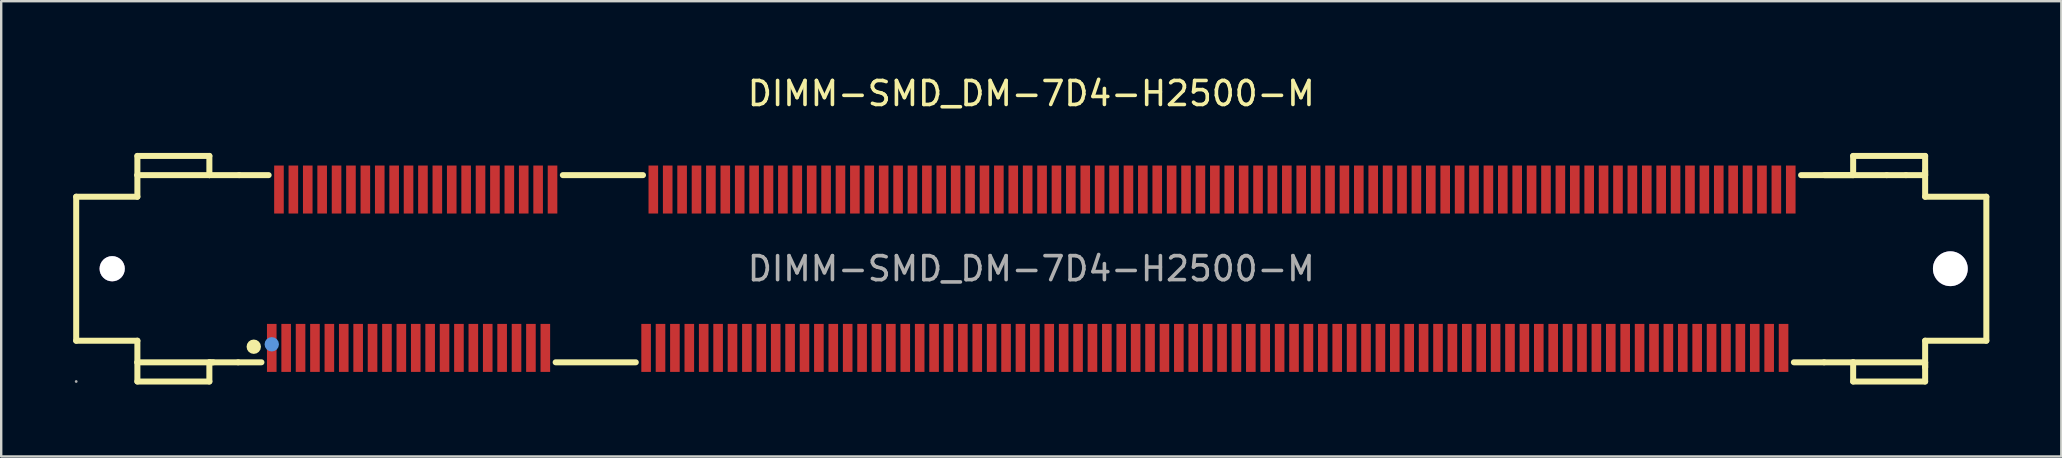
<source format=kicad_pcb>
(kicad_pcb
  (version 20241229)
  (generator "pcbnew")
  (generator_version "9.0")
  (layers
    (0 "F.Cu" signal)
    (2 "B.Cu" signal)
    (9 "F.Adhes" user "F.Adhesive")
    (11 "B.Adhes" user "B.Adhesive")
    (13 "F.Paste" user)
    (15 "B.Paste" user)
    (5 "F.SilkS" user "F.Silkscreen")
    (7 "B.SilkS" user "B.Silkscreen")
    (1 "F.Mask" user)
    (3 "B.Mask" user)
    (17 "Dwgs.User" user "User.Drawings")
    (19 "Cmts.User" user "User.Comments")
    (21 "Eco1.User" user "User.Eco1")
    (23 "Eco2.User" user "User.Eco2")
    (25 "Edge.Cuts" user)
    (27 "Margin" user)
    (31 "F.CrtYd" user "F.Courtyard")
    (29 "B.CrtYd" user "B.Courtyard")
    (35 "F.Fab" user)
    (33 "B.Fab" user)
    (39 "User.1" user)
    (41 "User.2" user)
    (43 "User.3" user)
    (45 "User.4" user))
  (footprint "DIMM-SMD_DM-7D4-H2500-M"
    (layer "F.Cu")
    (at 39.925 8.148)
    (property "Reference" "DIMM-SMD_DM-7D4-H2500-M" (at 0 -7.3 0) (layer "F.SilkS") (effects (font (size 1 1) (thickness 0.15))))
    (attr through_hole)
    (fp_line (start -39.8 -3) (end -39.8 3) (stroke (width 0.25) (type solid)) (layer "F.SilkS"))
    (fp_line (start -39.8 3) (end -37.25 3) (stroke (width 0.25) (type solid)) (layer "F.SilkS"))
    (fp_line (start -37.25 -4.7) (end -37.25 -3.9) (stroke (width 0.25) (type solid)) (layer "F.SilkS"))
    (fp_line (start -37.25 -3.9) (end -37.25 -3) (stroke (width 0.25) (type solid)) (layer "F.SilkS"))
    (fp_line (start -37.25 -3) (end -39.8 -3) (stroke (width 0.25) (type solid)) (layer "F.SilkS"))
    (fp_line (start -37.25 3) (end -37.25 3.9) (stroke (width 0.25) (type solid)) (layer "F.SilkS"))
    (fp_line (start -37.25 4.7) (end -37.25 3.9) (stroke (width 0.25) (type solid)) (layer "F.SilkS"))
    (fp_line (start -34.25 -4.7) (end -37.25 -4.7) (stroke (width 0.25) (type solid)) (layer "F.SilkS"))
    (fp_line (start -34.25 -3.9) (end -37.25 -3.9) (stroke (width 0.25) (type solid)) (layer "F.SilkS"))
    (fp_line (start -34.25 -3.9) (end -34.25 -4.7) (stroke (width 0.25) (type solid)) (layer "F.SilkS"))
    (fp_line (start -34.25 3.9) (end -34.25 4.7) (stroke (width 0.25) (type solid)) (layer "F.SilkS"))
    (fp_line (start -34.25 4.7) (end -37.25 4.7) (stroke (width 0.25) (type solid)) (layer "F.SilkS"))
    (fp_line (start -34.09 3.9) (end -37.25 3.9) (stroke (width 0.25) (type solid)) (layer "F.SilkS"))
    (fp_line (start -33.05 3.9) (end -34.25 3.9) (stroke (width 0.25) (type solid)) (layer "F.SilkS"))
    (fp_line (start -33.05 3.9) (end -32.08 3.9) (stroke (width 0.25) (type solid)) (layer "F.SilkS"))
    (fp_line (start -33.01 -3.9) (end -34.25 -3.9) (stroke (width 0.25) (type solid)) (layer "F.SilkS"))
    (fp_line (start -33.01 -3.9) (end -31.78 -3.9) (stroke (width 0.25) (type solid)) (layer "F.SilkS"))
    (fp_line (start -19.82 3.9) (end -16.48 3.9) (stroke (width 0.25) (type solid)) (layer "F.SilkS"))
    (fp_line (start -19.52 -3.9) (end -16.18 -3.9) (stroke (width 0.25) (type solid)) (layer "F.SilkS"))
    (fp_line (start 32.08 -3.9) (end 35.65 -3.9) (stroke (width 0.25) (type solid)) (layer "F.SilkS"))
    (fp_line (start 33.04 3.9) (end 31.78 3.9) (stroke (width 0.25) (type solid)) (layer "F.SilkS"))
    (fp_line (start 33.06 -3.9) (end 34.25 -3.9) (stroke (width 0.25) (type solid)) (layer "F.SilkS"))
    (fp_line (start 34.25 -4.7) (end 37.25 -4.7) (stroke (width 0.25) (type solid)) (layer "F.SilkS"))
    (fp_line (start 34.25 -3.9) (end 34.25 -4.7) (stroke (width 0.25) (type solid)) (layer "F.SilkS"))
    (fp_line (start 34.25 3.9) (end 33.04 3.9) (stroke (width 0.25) (type solid)) (layer "F.SilkS"))
    (fp_line (start 34.25 3.9) (end 37.25 3.9) (stroke (width 0.25) (type solid)) (layer "F.SilkS"))
    (fp_line (start 34.25 4.7) (end 34.25 3.9) (stroke (width 0.25) (type solid)) (layer "F.SilkS"))
    (fp_line (start 35.65 -3.9) (end 36.45 -3.9) (stroke (width 0.25) (type solid)) (layer "F.SilkS"))
    (fp_line (start 37.25 -4.7) (end 37.25 -3.9) (stroke (width 0.25) (type solid)) (layer "F.SilkS"))
    (fp_line (start 37.25 -4.08) (end 37.25 -3) (stroke (width 0.25) (type solid)) (layer "F.SilkS"))
    (fp_line (start 37.25 -3.9) (end 36.45 -3.9) (stroke (width 0.25) (type solid)) (layer "F.SilkS"))
    (fp_line (start 37.25 -3) (end 39.8 -3) (stroke (width 0.25) (type solid)) (layer "F.SilkS"))
    (fp_line (start 37.25 3) (end 37.25 4.1) (stroke (width 0.25) (type solid)) (layer "F.SilkS"))
    (fp_line (start 37.25 3.9) (end 37.25 4.7) (stroke (width 0.25) (type solid)) (layer "F.SilkS"))
    (fp_line (start 37.25 4.1) (end 37.25 4.1) (stroke (width 0.25) (type solid)) (layer "F.SilkS"))
    (fp_line (start 37.25 4.7) (end 34.25 4.7) (stroke (width 0.25) (type solid)) (layer "F.SilkS"))
    (fp_line (start 39.8 -3) (end 39.8 3) (stroke (width 0.25) (type solid)) (layer "F.SilkS"))
    (fp_line (start 39.8 3) (end 37.25 3) (stroke (width 0.25) (type solid)) (layer "F.SilkS"))
    (fp_circle (center -32.4 3.25) (end -32.25 3.25) (stroke (width 0.3) (type solid)) (fill no) (layer "F.SilkS"))
    (fp_circle (center -31.65 3.15) (end -31.5 3.15) (stroke (width 0.3) (type solid)) (fill no) (layer "Cmts.User"))
    (fp_circle (center -39.8 4.7) (end -39.77 4.7) (stroke (width 0.06) (type solid)) (fill no) (layer "F.Fab"))
    (fp_circle (center -38.3 0) (end -38.09 0) (stroke (width 0.42) (type solid)) (fill no) (layer "F.Fab"))
    (fp_circle (center 38.3 0) (end 38.61 0) (stroke (width 0.62) (type solid)) (fill no) (layer "F.Fab"))
    (fp_text user "${REFERENCE}" (at 0 0 0) (layer "F.Fab") (effects (font (size 1 1) (thickness 0.15))))
    (pad "" thru_hole circle (at -38.3 0) (size 1.05 1.05) (drill 1.05) (layers "*.Cu" "*.Mask"))
    (pad "" thru_hole circle (at 38.3 0) (size 1.45 1.45) (drill 1.45) (layers "*.Cu" "*.Mask"))
    (pad "1" smd rect (at -31.65 3.3 90) (size 2 0.4) (layers "F.Cu" "F.Mask" "F.Paste"))
    (pad "2" smd rect (at -31.35 -3.3 90) (size 2 0.4) (layers "F.Cu" "F.Mask" "F.Paste"))
    (pad "3" smd rect (at -31.05 3.3 90) (size 2 0.4) (layers "F.Cu" "F.Mask" "F.Paste"))
    (pad "4" smd rect (at -30.75 -3.3 90) (size 2 0.4) (layers "F.Cu" "F.Mask" "F.Paste"))
    (pad "5" smd rect (at -30.45 3.3 90) (size 2 0.4) (layers "F.Cu" "F.Mask" "F.Paste"))
    (pad "6" smd rect (at -30.15 -3.3 90) (size 2 0.4) (layers "F.Cu" "F.Mask" "F.Paste"))
    (pad "7" smd rect (at -29.85 3.3 90) (size 2 0.4) (layers "F.Cu" "F.Mask" "F.Paste"))
    (pad "8" smd rect (at -29.55 -3.3 90) (size 2 0.4) (layers "F.Cu" "F.Mask" "F.Paste"))
    (pad "9" smd rect (at -29.25 3.3 90) (size 2 0.4) (layers "F.Cu" "F.Mask" "F.Paste"))
    (pad "10" smd rect (at -28.95 -3.3 90) (size 2 0.4) (layers "F.Cu" "F.Mask" "F.Paste"))
    (pad "11" smd rect (at -28.65 3.3 90) (size 2 0.4) (layers "F.Cu" "F.Mask" "F.Paste"))
    (pad "12" smd rect (at -28.35 -3.3 90) (size 2 0.4) (layers "F.Cu" "F.Mask" "F.Paste"))
    (pad "13" smd rect (at -28.05 3.3 90) (size 2 0.4) (layers "F.Cu" "F.Mask" "F.Paste"))
    (pad "14" smd rect (at -27.75 -3.3 90) (size 2 0.4) (layers "F.Cu" "F.Mask" "F.Paste"))
    (pad "15" smd rect (at -27.45 3.3 90) (size 2 0.4) (layers "F.Cu" "F.Mask" "F.Paste"))
    (pad "16" smd rect (at -27.15 -3.3 90) (size 2 0.4) (layers "F.Cu" "F.Mask" "F.Paste"))
    (pad "17" smd rect (at -26.85 3.3 90) (size 2 0.4) (layers "F.Cu" "F.Mask" "F.Paste"))
    (pad "18" smd rect (at -26.55 -3.3 90) (size 2 0.4) (layers "F.Cu" "F.Mask" "F.Paste"))
    (pad "19" smd rect (at -26.25 3.3 90) (size 2 0.4) (layers "F.Cu" "F.Mask" "F.Paste"))
    (pad "20" smd rect (at -25.95 -3.3 90) (size 2 0.4) (layers "F.Cu" "F.Mask" "F.Paste"))
    (pad "21" smd rect (at -25.65 3.3 90) (size 2 0.4) (layers "F.Cu" "F.Mask" "F.Paste"))
    (pad "22" smd rect (at -25.35 -3.3 90) (size 2 0.4) (layers "F.Cu" "F.Mask" "F.Paste"))
    (pad "23" smd rect (at -25.05 3.3 90) (size 2 0.4) (layers "F.Cu" "F.Mask" "F.Paste"))
    (pad "24" smd rect (at -24.75 -3.3 90) (size 2 0.4) (layers "F.Cu" "F.Mask" "F.Paste"))
    (pad "25" smd rect (at -24.45 3.3 90) (size 2 0.4) (layers "F.Cu" "F.Mask" "F.Paste"))
    (pad "26" smd rect (at -24.15 -3.3 90) (size 2 0.4) (layers "F.Cu" "F.Mask" "F.Paste"))
    (pad "27" smd rect (at -23.85 3.3 90) (size 2 0.4) (layers "F.Cu" "F.Mask" "F.Paste"))
    (pad "28" smd rect (at -23.55 -3.3 90) (size 2 0.4) (layers "F.Cu" "F.Mask" "F.Paste"))
    (pad "29" smd rect (at -23.25 3.3 90) (size 2 0.4) (layers "F.Cu" "F.Mask" "F.Paste"))
    (pad "30" smd rect (at -22.95 -3.3 90) (size 2 0.4) (layers "F.Cu" "F.Mask" "F.Paste"))
    (pad "31" smd rect (at -22.65 3.3 90) (size 2 0.4) (layers "F.Cu" "F.Mask" "F.Paste"))
    (pad "32" smd rect (at -22.35 -3.3 90) (size 2 0.4) (layers "F.Cu" "F.Mask" "F.Paste"))
    (pad "33" smd rect (at -22.05 3.3 90) (size 2 0.4) (layers "F.Cu" "F.Mask" "F.Paste"))
    (pad "34" smd rect (at -21.75 -3.3 90) (size 2 0.4) (layers "F.Cu" "F.Mask" "F.Paste"))
    (pad "35" smd rect (at -21.45 3.3 90) (size 2 0.4) (layers "F.Cu" "F.Mask" "F.Paste"))
    (pad "36" smd rect (at -21.15 -3.3 90) (size 2 0.4) (layers "F.Cu" "F.Mask" "F.Paste"))
    (pad "37" smd rect (at -20.85 3.3 90) (size 2 0.4) (layers "F.Cu" "F.Mask" "F.Paste"))
    (pad "38" smd rect (at -20.55 -3.3 90) (size 2 0.4) (layers "F.Cu" "F.Mask" "F.Paste"))
    (pad "39" smd rect (at -20.25 3.3 90) (size 2 0.4) (layers "F.Cu" "F.Mask" "F.Paste"))
    (pad "40" smd rect (at -19.95 -3.3 90) (size 2 0.4) (layers "F.Cu" "F.Mask" "F.Paste"))
    (pad "41" smd rect (at -16.05 3.3 90) (size 2 0.4) (layers "F.Cu" "F.Mask" "F.Paste"))
    (pad "42" smd rect (at -15.75 -3.3 90) (size 2 0.4) (layers "F.Cu" "F.Mask" "F.Paste"))
    (pad "43" smd rect (at -15.45 3.3 90) (size 2 0.4) (layers "F.Cu" "F.Mask" "F.Paste"))
    (pad "44" smd rect (at -15.15 -3.3 90) (size 2 0.4) (layers "F.Cu" "F.Mask" "F.Paste"))
    (pad "45" smd rect (at -14.85 3.3 90) (size 2 0.4) (layers "F.Cu" "F.Mask" "F.Paste"))
    (pad "46" smd rect (at -14.55 -3.3 90) (size 2 0.4) (layers "F.Cu" "F.Mask" "F.Paste"))
    (pad "47" smd rect (at -14.25 3.3 90) (size 2 0.4) (layers "F.Cu" "F.Mask" "F.Paste"))
    (pad "48" smd rect (at -13.95 -3.3 90) (size 2 0.4) (layers "F.Cu" "F.Mask" "F.Paste"))
    (pad "49" smd rect (at -13.65 3.3 90) (size 2 0.4) (layers "F.Cu" "F.Mask" "F.Paste"))
    (pad "50" smd rect (at -13.35 -3.3 90) (size 2 0.4) (layers "F.Cu" "F.Mask" "F.Paste"))
    (pad "51" smd rect (at -13.05 3.3 90) (size 2 0.4) (layers "F.Cu" "F.Mask" "F.Paste"))
    (pad "52" smd rect (at -12.75 -3.3 90) (size 2 0.4) (layers "F.Cu" "F.Mask" "F.Paste"))
    (pad "53" smd rect (at -12.45 3.3 90) (size 2 0.4) (layers "F.Cu" "F.Mask" "F.Paste"))
    (pad "54" smd rect (at -12.15 -3.3 90) (size 2 0.4) (layers "F.Cu" "F.Mask" "F.Paste"))
    (pad "55" smd rect (at -11.85 3.3 90) (size 2 0.4) (layers "F.Cu" "F.Mask" "F.Paste"))
    (pad "56" smd rect (at -11.55 -3.3 90) (size 2 0.4) (layers "F.Cu" "F.Mask" "F.Paste"))
    (pad "57" smd rect (at -11.25 3.3 90) (size 2 0.4) (layers "F.Cu" "F.Mask" "F.Paste"))
    (pad "58" smd rect (at -10.95 -3.3 90) (size 2 0.4) (layers "F.Cu" "F.Mask" "F.Paste"))
    (pad "59" smd rect (at -10.65 3.3 90) (size 2 0.4) (layers "F.Cu" "F.Mask" "F.Paste"))
    (pad "60" smd rect (at -10.35 -3.3 90) (size 2 0.4) (layers "F.Cu" "F.Mask" "F.Paste"))
    (pad "61" smd rect (at -10.05 3.3 90) (size 2 0.4) (layers "F.Cu" "F.Mask" "F.Paste"))
    (pad "62" smd rect (at -9.75 -3.3 90) (size 2 0.4) (layers "F.Cu" "F.Mask" "F.Paste"))
    (pad "63" smd rect (at -9.45 3.3 90) (size 2 0.4) (layers "F.Cu" "F.Mask" "F.Paste"))
    (pad "64" smd rect (at -9.15 -3.3 90) (size 2 0.4) (layers "F.Cu" "F.Mask" "F.Paste"))
    (pad "65" smd rect (at -8.85 3.3 90) (size 2 0.4) (layers "F.Cu" "F.Mask" "F.Paste"))
    (pad "66" smd rect (at -8.55 -3.3 90) (size 2 0.4) (layers "F.Cu" "F.Mask" "F.Paste"))
    (pad "67" smd rect (at -8.25 3.3 90) (size 2 0.4) (layers "F.Cu" "F.Mask" "F.Paste"))
    (pad "68" smd rect (at -7.95 -3.3 90) (size 2 0.4) (layers "F.Cu" "F.Mask" "F.Paste"))
    (pad "69" smd rect (at -7.65 3.3 90) (size 2 0.4) (layers "F.Cu" "F.Mask" "F.Paste"))
    (pad "70" smd rect (at -7.35 -3.3 90) (size 2 0.4) (layers "F.Cu" "F.Mask" "F.Paste"))
    (pad "71" smd rect (at -7.05 3.3 90) (size 2 0.4) (layers "F.Cu" "F.Mask" "F.Paste"))
    (pad "72" smd rect (at -6.75 -3.3 90) (size 2 0.4) (layers "F.Cu" "F.Mask" "F.Paste"))
    (pad "73" smd rect (at -6.45 3.3 90) (size 2 0.4) (layers "F.Cu" "F.Mask" "F.Paste"))
    (pad "74" smd rect (at -6.15 -3.3 90) (size 2 0.4) (layers "F.Cu" "F.Mask" "F.Paste"))
    (pad "75" smd rect (at -5.85 3.3 90) (size 2 0.4) (layers "F.Cu" "F.Mask" "F.Paste"))
    (pad "76" smd rect (at -5.55 -3.3 90) (size 2 0.4) (layers "F.Cu" "F.Mask" "F.Paste"))
    (pad "77" smd rect (at -5.25 3.3 90) (size 2 0.4) (layers "F.Cu" "F.Mask" "F.Paste"))
    (pad "78" smd rect (at -4.95 -3.3 90) (size 2 0.4) (layers "F.Cu" "F.Mask" "F.Paste"))
    (pad "79" smd rect (at -4.65 3.3 90) (size 2 0.4) (layers "F.Cu" "F.Mask" "F.Paste"))
    (pad "80" smd rect (at -4.35 -3.3 90) (size 2 0.4) (layers "F.Cu" "F.Mask" "F.Paste"))
    (pad "81" smd rect (at -4.05 3.3 90) (size 2 0.4) (layers "F.Cu" "F.Mask" "F.Paste"))
    (pad "82" smd rect (at -3.75 -3.3 90) (size 2 0.4) (layers "F.Cu" "F.Mask" "F.Paste"))
    (pad "83" smd rect (at -3.45 3.3 90) (size 2 0.4) (layers "F.Cu" "F.Mask" "F.Paste"))
    (pad "84" smd rect (at -3.15 -3.3 90) (size 2 0.4) (layers "F.Cu" "F.Mask" "F.Paste"))
    (pad "85" smd rect (at -2.85 3.3 90) (size 2 0.4) (layers "F.Cu" "F.Mask" "F.Paste"))
    (pad "86" smd rect (at -2.55 -3.3 90) (size 2 0.4) (layers "F.Cu" "F.Mask" "F.Paste"))
    (pad "87" smd rect (at -2.25 3.3 90) (size 2 0.4) (layers "F.Cu" "F.Mask" "F.Paste"))
    (pad "88" smd rect (at -1.95 -3.3 90) (size 2 0.4) (layers "F.Cu" "F.Mask" "F.Paste"))
    (pad "89" smd rect (at -1.65 3.3 90) (size 2 0.4) (layers "F.Cu" "F.Mask" "F.Paste"))
    (pad "90" smd rect (at -1.35 -3.3 90) (size 2 0.4) (layers "F.Cu" "F.Mask" "F.Paste"))
    (pad "91" smd rect (at -1.05 3.3 90) (size 2 0.4) (layers "F.Cu" "F.Mask" "F.Paste"))
    (pad "92" smd rect (at -0.75 -3.3 90) (size 2 0.4) (layers "F.Cu" "F.Mask" "F.Paste"))
    (pad "93" smd rect (at -0.45 3.3 90) (size 2 0.4) (layers "F.Cu" "F.Mask" "F.Paste"))
    (pad "94" smd rect (at -0.15 -3.3 90) (size 2 0.4) (layers "F.Cu" "F.Mask" "F.Paste"))
    (pad "95" smd rect (at 0.15 3.3 90) (size 2 0.4) (layers "F.Cu" "F.Mask" "F.Paste"))
    (pad "96" smd rect (at 0.45 -3.3 90) (size 2 0.4) (layers "F.Cu" "F.Mask" "F.Paste"))
    (pad "97" smd rect (at 0.75 3.3 90) (size 2 0.4) (layers "F.Cu" "F.Mask" "F.Paste"))
    (pad "98" smd rect (at 1.05 -3.3 90) (size 2 0.4) (layers "F.Cu" "F.Mask" "F.Paste"))
    (pad "99" smd rect (at 1.35 3.3 90) (size 2 0.4) (layers "F.Cu" "F.Mask" "F.Paste"))
    (pad "100" smd rect (at 1.65 -3.3 90) (size 2 0.4) (layers "F.Cu" "F.Mask" "F.Paste"))
    (pad "101" smd rect (at 1.95 3.3 90) (size 2 0.4) (layers "F.Cu" "F.Mask" "F.Paste"))
    (pad "102" smd rect (at 2.25 -3.3 90) (size 2 0.4) (layers "F.Cu" "F.Mask" "F.Paste"))
    (pad "103" smd rect (at 2.55 3.3 90) (size 2 0.4) (layers "F.Cu" "F.Mask" "F.Paste"))
    (pad "104" smd rect (at 2.85 -3.3 90) (size 2 0.4) (layers "F.Cu" "F.Mask" "F.Paste"))
    (pad "105" smd rect (at 3.15 3.3 90) (size 2 0.4) (layers "F.Cu" "F.Mask" "F.Paste"))
    (pad "106" smd rect (at 3.45 -3.3 90) (size 2 0.4) (layers "F.Cu" "F.Mask" "F.Paste"))
    (pad "107" smd rect (at 3.75 3.3 90) (size 2 0.4) (layers "F.Cu" "F.Mask" "F.Paste"))
    (pad "108" smd rect (at 4.05 -3.3 90) (size 2 0.4) (layers "F.Cu" "F.Mask" "F.Paste"))
    (pad "109" smd rect (at 4.35 3.3 90) (size 2 0.4) (layers "F.Cu" "F.Mask" "F.Paste"))
    (pad "110" smd rect (at 4.65 -3.3 90) (size 2 0.4) (layers "F.Cu" "F.Mask" "F.Paste"))
    (pad "111" smd rect (at 4.95 3.3 90) (size 2 0.4) (layers "F.Cu" "F.Mask" "F.Paste"))
    (pad "112" smd rect (at 5.25 -3.3 90) (size 2 0.4) (layers "F.Cu" "F.Mask" "F.Paste"))
    (pad "113" smd rect (at 5.55 3.3 90) (size 2 0.4) (layers "F.Cu" "F.Mask" "F.Paste"))
    (pad "114" smd rect (at 5.85 -3.3 90) (size 2 0.4) (layers "F.Cu" "F.Mask" "F.Paste"))
    (pad "115" smd rect (at 6.15 3.3 90) (size 2 0.4) (layers "F.Cu" "F.Mask" "F.Paste"))
    (pad "116" smd rect (at 6.45 -3.3 90) (size 2 0.4) (layers "F.Cu" "F.Mask" "F.Paste"))
    (pad "117" smd rect (at 6.75 3.3 90) (size 2 0.4) (layers "F.Cu" "F.Mask" "F.Paste"))
    (pad "118" smd rect (at 7.05 -3.3 90) (size 2 0.4) (layers "F.Cu" "F.Mask" "F.Paste"))
    (pad "119" smd rect (at 7.35 3.3 90) (size 2 0.4) (layers "F.Cu" "F.Mask" "F.Paste"))
    (pad "120" smd rect (at 7.65 -3.3 90) (size 2 0.4) (layers "F.Cu" "F.Mask" "F.Paste"))
    (pad "121" smd rect (at 7.95 3.3 90) (size 2 0.4) (layers "F.Cu" "F.Mask" "F.Paste"))
    (pad "122" smd rect (at 8.25 -3.3 90) (size 2 0.4) (layers "F.Cu" "F.Mask" "F.Paste"))
    (pad "123" smd rect (at 8.55 3.3 90) (size 2 0.4) (layers "F.Cu" "F.Mask" "F.Paste"))
    (pad "124" smd rect (at 8.85 -3.3 90) (size 2 0.4) (layers "F.Cu" "F.Mask" "F.Paste"))
    (pad "125" smd rect (at 9.15 3.3 90) (size 2 0.4) (layers "F.Cu" "F.Mask" "F.Paste"))
    (pad "126" smd rect (at 9.45 -3.3 90) (size 2 0.4) (layers "F.Cu" "F.Mask" "F.Paste"))
    (pad "127" smd rect (at 9.75 3.3 90) (size 2 0.4) (layers "F.Cu" "F.Mask" "F.Paste"))
    (pad "128" smd rect (at 10.05 -3.3 90) (size 2 0.4) (layers "F.Cu" "F.Mask" "F.Paste"))
    (pad "129" smd rect (at 10.35 3.3 90) (size 2 0.4) (layers "F.Cu" "F.Mask" "F.Paste"))
    (pad "130" smd rect (at 10.65 -3.3 90) (size 2 0.4) (layers "F.Cu" "F.Mask" "F.Paste"))
    (pad "131" smd rect (at 10.95 3.3 90) (size 2 0.4) (layers "F.Cu" "F.Mask" "F.Paste"))
    (pad "132" smd rect (at 11.25 -3.3 90) (size 2 0.4) (layers "F.Cu" "F.Mask" "F.Paste"))
    (pad "133" smd rect (at 11.55 3.3 90) (size 2 0.4) (layers "F.Cu" "F.Mask" "F.Paste"))
    (pad "134" smd rect (at 11.85 -3.3 90) (size 2 0.4) (layers "F.Cu" "F.Mask" "F.Paste"))
    (pad "135" smd rect (at 12.15 3.3 90) (size 2 0.4) (layers "F.Cu" "F.Mask" "F.Paste"))
    (pad "136" smd rect (at 12.45 -3.3 90) (size 2 0.4) (layers "F.Cu" "F.Mask" "F.Paste"))
    (pad "137" smd rect (at 12.75 3.3 90) (size 2 0.4) (layers "F.Cu" "F.Mask" "F.Paste"))
    (pad "138" smd rect (at 13.05 -3.3 90) (size 2 0.4) (layers "F.Cu" "F.Mask" "F.Paste"))
    (pad "139" smd rect (at 13.35 3.3 90) (size 2 0.4) (layers "F.Cu" "F.Mask" "F.Paste"))
    (pad "140" smd rect (at 13.65 -3.3 90) (size 2 0.4) (layers "F.Cu" "F.Mask" "F.Paste"))
    (pad "141" smd rect (at 13.95 3.3 90) (size 2 0.4) (layers "F.Cu" "F.Mask" "F.Paste"))
    (pad "142" smd rect (at 14.25 -3.3 90) (size 2 0.4) (layers "F.Cu" "F.Mask" "F.Paste"))
    (pad "143" smd rect (at 14.55 3.3 90) (size 2 0.4) (layers "F.Cu" "F.Mask" "F.Paste"))
    (pad "144" smd rect (at 14.85 -3.3 90) (size 2 0.4) (layers "F.Cu" "F.Mask" "F.Paste"))
    (pad "145" smd rect (at 15.15 3.3 90) (size 2 0.4) (layers "F.Cu" "F.Mask" "F.Paste"))
    (pad "146" smd rect (at 15.45 -3.3 90) (size 2 0.4) (layers "F.Cu" "F.Mask" "F.Paste"))
    (pad "147" smd rect (at 15.75 3.3 90) (size 2 0.4) (layers "F.Cu" "F.Mask" "F.Paste"))
    (pad "148" smd rect (at 16.05 -3.3 90) (size 2 0.4) (layers "F.Cu" "F.Mask" "F.Paste"))
    (pad "149" smd rect (at 16.35 3.3 90) (size 2 0.4) (layers "F.Cu" "F.Mask" "F.Paste"))
    (pad "150" smd rect (at 16.65 -3.3 90) (size 2 0.4) (layers "F.Cu" "F.Mask" "F.Paste"))
    (pad "151" smd rect (at 16.95 3.3 90) (size 2 0.4) (layers "F.Cu" "F.Mask" "F.Paste"))
    (pad "152" smd rect (at 17.25 -3.3 90) (size 2 0.4) (layers "F.Cu" "F.Mask" "F.Paste"))
    (pad "153" smd rect (at 17.55 3.3 90) (size 2 0.4) (layers "F.Cu" "F.Mask" "F.Paste"))
    (pad "154" smd rect (at 17.85 -3.3 90) (size 2 0.4) (layers "F.Cu" "F.Mask" "F.Paste"))
    (pad "155" smd rect (at 18.15 3.3 90) (size 2 0.4) (layers "F.Cu" "F.Mask" "F.Paste"))
    (pad "156" smd rect (at 18.45 -3.3 90) (size 2 0.4) (layers "F.Cu" "F.Mask" "F.Paste"))
    (pad "157" smd rect (at 18.75 3.3 90) (size 2 0.4) (layers "F.Cu" "F.Mask" "F.Paste"))
    (pad "158" smd rect (at 19.05 -3.3 90) (size 2 0.4) (layers "F.Cu" "F.Mask" "F.Paste"))
    (pad "159" smd rect (at 19.35 3.3 90) (size 2 0.4) (layers "F.Cu" "F.Mask" "F.Paste"))
    (pad "160" smd rect (at 19.65 -3.3 90) (size 2 0.4) (layers "F.Cu" "F.Mask" "F.Paste"))
    (pad "161" smd rect (at 19.95 3.3 90) (size 2 0.4) (layers "F.Cu" "F.Mask" "F.Paste"))
    (pad "162" smd rect (at 20.25 -3.3 90) (size 2 0.4) (layers "F.Cu" "F.Mask" "F.Paste"))
    (pad "163" smd rect (at 20.55 3.3 90) (size 2 0.4) (layers "F.Cu" "F.Mask" "F.Paste"))
    (pad "164" smd rect (at 20.85 -3.3 90) (size 2 0.4) (layers "F.Cu" "F.Mask" "F.Paste"))
    (pad "165" smd rect (at 21.15 3.3 90) (size 2 0.4) (layers "F.Cu" "F.Mask" "F.Paste"))
    (pad "166" smd rect (at 21.45 -3.3 90) (size 2 0.4) (layers "F.Cu" "F.Mask" "F.Paste"))
    (pad "167" smd rect (at 21.75 3.3 90) (size 2 0.4) (layers "F.Cu" "F.Mask" "F.Paste"))
    (pad "168" smd rect (at 22.05 -3.3 90) (size 2 0.4) (layers "F.Cu" "F.Mask" "F.Paste"))
    (pad "169" smd rect (at 22.35 3.3 90) (size 2 0.4) (layers "F.Cu" "F.Mask" "F.Paste"))
    (pad "170" smd rect (at 22.65 -3.3 90) (size 2 0.4) (layers "F.Cu" "F.Mask" "F.Paste"))
    (pad "171" smd rect (at 22.95 3.3 90) (size 2 0.4) (layers "F.Cu" "F.Mask" "F.Paste"))
    (pad "172" smd rect (at 23.25 -3.3 90) (size 2 0.4) (layers "F.Cu" "F.Mask" "F.Paste"))
    (pad "173" smd rect (at 23.55 3.3 90) (size 2 0.4) (layers "F.Cu" "F.Mask" "F.Paste"))
    (pad "174" smd rect (at 23.85 -3.3 90) (size 2 0.4) (layers "F.Cu" "F.Mask" "F.Paste"))
    (pad "175" smd rect (at 24.15 3.3 90) (size 2 0.4) (layers "F.Cu" "F.Mask" "F.Paste"))
    (pad "176" smd rect (at 24.45 -3.3 90) (size 2 0.4) (layers "F.Cu" "F.Mask" "F.Paste"))
    (pad "177" smd rect (at 24.75 3.3 90) (size 2 0.4) (layers "F.Cu" "F.Mask" "F.Paste"))
    (pad "178" smd rect (at 25.05 -3.3 90) (size 2 0.4) (layers "F.Cu" "F.Mask" "F.Paste"))
    (pad "179" smd rect (at 25.35 3.3 90) (size 2 0.4) (layers "F.Cu" "F.Mask" "F.Paste"))
    (pad "180" smd rect (at 25.65 -3.3 90) (size 2 0.4) (layers "F.Cu" "F.Mask" "F.Paste"))
    (pad "181" smd rect (at 25.95 3.3 90) (size 2 0.4) (layers "F.Cu" "F.Mask" "F.Paste"))
    (pad "182" smd rect (at 26.25 -3.3 90) (size 2 0.4) (layers "F.Cu" "F.Mask" "F.Paste"))
    (pad "183" smd rect (at 26.55 3.3 90) (size 2 0.4) (layers "F.Cu" "F.Mask" "F.Paste"))
    (pad "184" smd rect (at 26.85 -3.3 90) (size 2 0.4) (layers "F.Cu" "F.Mask" "F.Paste"))
    (pad "185" smd rect (at 27.15 3.3 90) (size 2 0.4) (layers "F.Cu" "F.Mask" "F.Paste"))
    (pad "186" smd rect (at 27.45 -3.3 90) (size 2 0.4) (layers "F.Cu" "F.Mask" "F.Paste"))
    (pad "187" smd rect (at 27.75 3.3 90) (size 2 0.4) (layers "F.Cu" "F.Mask" "F.Paste"))
    (pad "188" smd rect (at 28.05 -3.3 90) (size 2 0.4) (layers "F.Cu" "F.Mask" "F.Paste"))
    (pad "189" smd rect (at 28.35 3.3 90) (size 2 0.4) (layers "F.Cu" "F.Mask" "F.Paste"))
    (pad "190" smd rect (at 28.65 -3.3 90) (size 2 0.4) (layers "F.Cu" "F.Mask" "F.Paste"))
    (pad "191" smd rect (at 28.95 3.3 90) (size 2 0.4) (layers "F.Cu" "F.Mask" "F.Paste"))
    (pad "192" smd rect (at 29.25 -3.3 90) (size 2 0.4) (layers "F.Cu" "F.Mask" "F.Paste"))
    (pad "193" smd rect (at 29.55 3.3 90) (size 2 0.4) (layers "F.Cu" "F.Mask" "F.Paste"))
    (pad "194" smd rect (at 29.85 -3.3 90) (size 2 0.4) (layers "F.Cu" "F.Mask" "F.Paste"))
    (pad "195" smd rect (at 30.15 3.3 90) (size 2 0.4) (layers "F.Cu" "F.Mask" "F.Paste"))
    (pad "196" smd rect (at 30.45 -3.3 90) (size 2 0.4) (layers "F.Cu" "F.Mask" "F.Paste"))
    (pad "197" smd rect (at 30.75 3.3 90) (size 2 0.4) (layers "F.Cu" "F.Mask" "F.Paste"))
    (pad "198" smd rect (at 31.05 -3.3 90) (size 2 0.4) (layers "F.Cu" "F.Mask" "F.Paste"))
    (pad "199" smd rect (at 31.35 3.3 90) (size 2 0.4) (layers "F.Cu" "F.Mask" "F.Paste"))
    (pad "200" smd rect (at 31.65 -3.3 90) (size 2 0.4) (layers "F.Cu" "F.Mask" "F.Paste")))
  (gr_rect
    (start -3 -3)
    (end 82.85 15.973)
    (stroke (width 0.1) (type default))
    (fill no)
    (layer "Edge.Cuts")))
</source>
